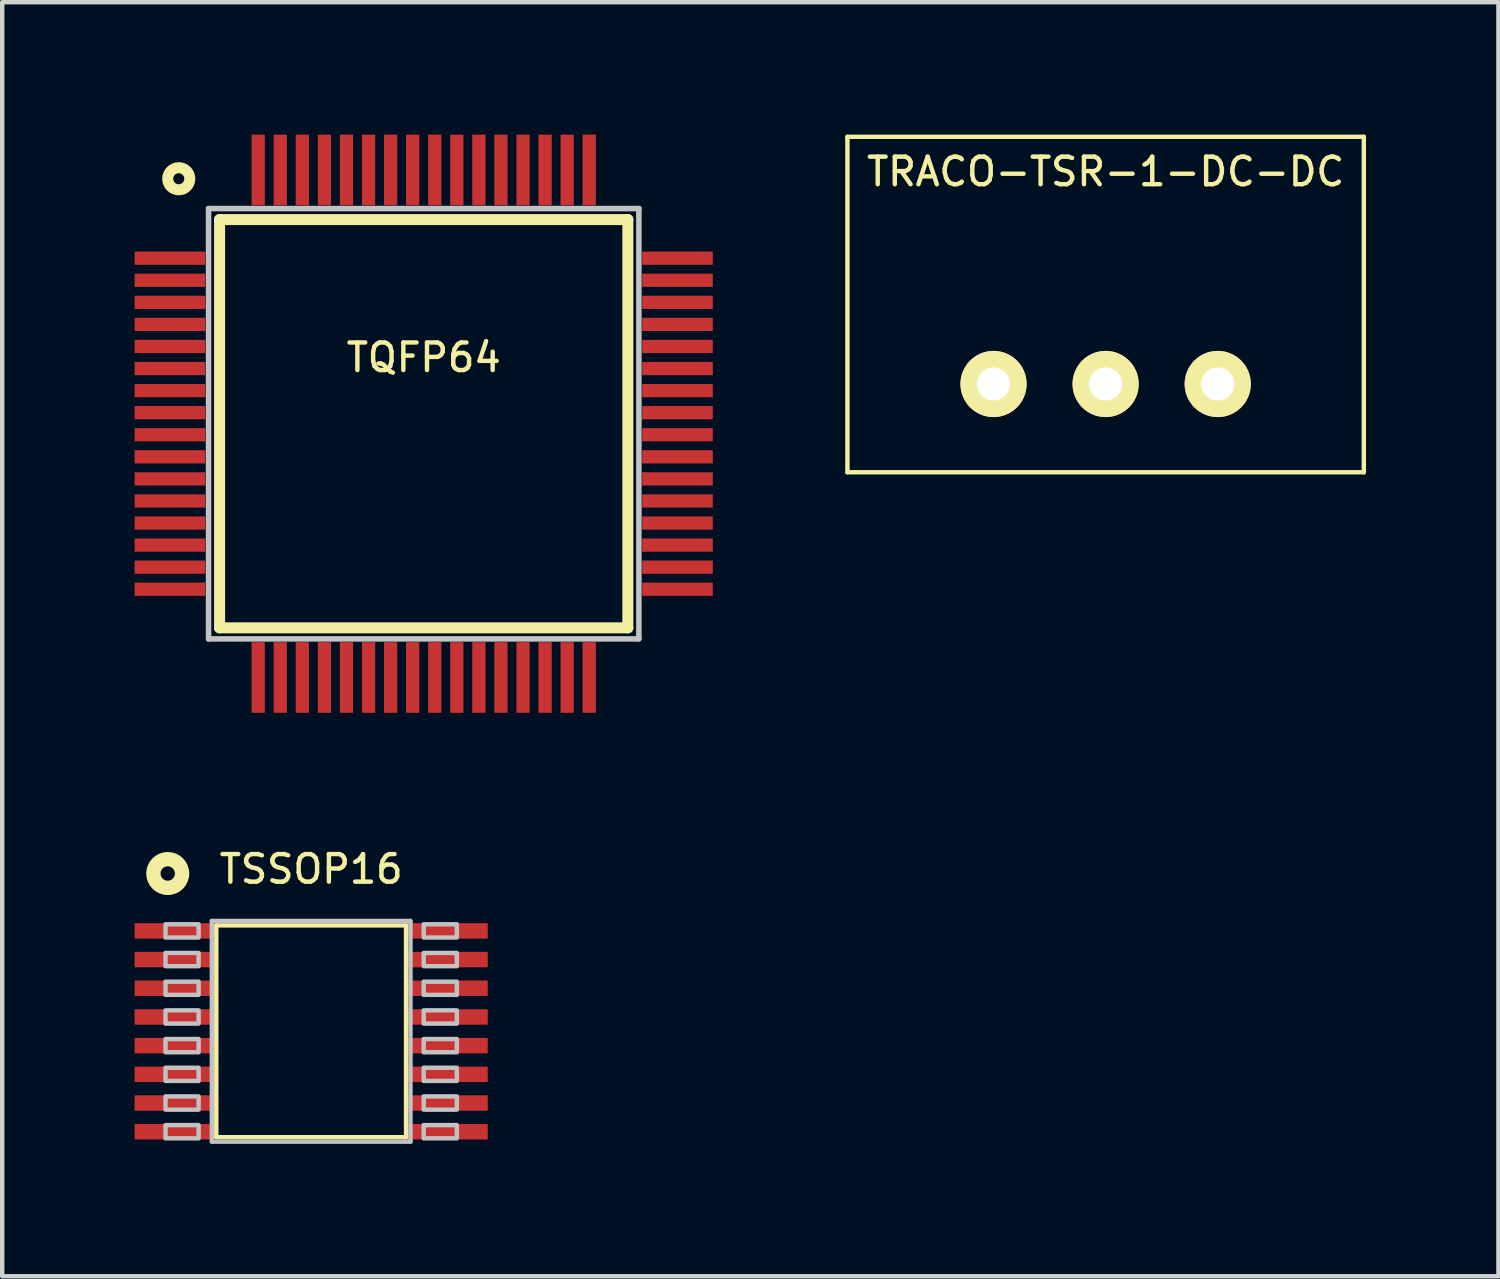
<source format=kicad_pcb>
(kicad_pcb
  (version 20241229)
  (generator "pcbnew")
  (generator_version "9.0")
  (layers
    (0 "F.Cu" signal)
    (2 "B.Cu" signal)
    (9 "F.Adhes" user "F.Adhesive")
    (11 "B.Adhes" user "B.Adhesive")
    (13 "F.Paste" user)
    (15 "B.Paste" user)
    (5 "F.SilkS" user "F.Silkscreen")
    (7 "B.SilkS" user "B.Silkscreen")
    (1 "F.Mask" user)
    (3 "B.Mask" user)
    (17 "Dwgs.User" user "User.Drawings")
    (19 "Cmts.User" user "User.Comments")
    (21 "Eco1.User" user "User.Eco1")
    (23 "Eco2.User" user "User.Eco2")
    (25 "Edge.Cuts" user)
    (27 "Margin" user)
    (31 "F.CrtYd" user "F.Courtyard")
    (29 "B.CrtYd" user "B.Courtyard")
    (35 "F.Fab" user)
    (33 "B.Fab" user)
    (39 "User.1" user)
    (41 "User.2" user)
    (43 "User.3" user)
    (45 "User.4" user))
  (footprint "TQFP64"
    (layer "F.Cu")
    (at 6.55 6.55)
    (property "Reference" "TQFP64" (at 0 -1.5 0) (layer "F.SilkS") (effects (font (size 0.625 0.625) (thickness 0.1))))
    (attr through_hole)
    (fp_line (start -4.625 -4.625) (end -4.625 4.625) (stroke (width 0.25) (type solid)) (layer "F.SilkS"))
    (fp_line (start -4.625 4.625) (end 4.625 4.625) (stroke (width 0.25) (type solid)) (layer "F.SilkS"))
    (fp_line (start 4.625 -4.625) (end -4.625 -4.625) (stroke (width 0.25) (type solid)) (layer "F.SilkS"))
    (fp_line (start 4.625 4.625) (end 4.625 -4.625) (stroke (width 0.25) (type solid)) (layer "F.SilkS"))
    (fp_circle (center -5.55 -5.55) (end -5.373 -5.373) (stroke (width 0.25) (type solid)) (fill no) (layer "F.SilkS"))
    (fp_line (start -4.875 -4.875) (end -4.875 4.875) (stroke (width 0.125) (type solid)) (layer "Dwgs.User"))
    (fp_line (start -4.875 4.875) (end 4.875 4.875) (stroke (width 0.125) (type solid)) (layer "Dwgs.User"))
    (fp_line (start 4.875 -4.875) (end -4.875 -4.875) (stroke (width 0.125) (type solid)) (layer "Dwgs.User"))
    (fp_line (start 4.875 4.875) (end 4.875 -4.875) (stroke (width 0.125) (type solid)) (layer "Dwgs.User"))
    (pad "1" smd rect (at -5.75 -3.75 180) (size 1.6 0.3) (layers "F.Cu" "F.Mask" "F.Paste"))
    (pad "2" smd rect (at -5.75 -3.25 180) (size 1.6 0.3) (layers "F.Cu" "F.Mask" "F.Paste"))
    (pad "3" smd rect (at -5.75 -2.75 180) (size 1.6 0.3) (layers "F.Cu" "F.Mask" "F.Paste"))
    (pad "4" smd rect (at -5.75 -2.25 180) (size 1.6 0.3) (layers "F.Cu" "F.Mask" "F.Paste"))
    (pad "5" smd rect (at -5.75 -1.75 180) (size 1.6 0.3) (layers "F.Cu" "F.Mask" "F.Paste"))
    (pad "6" smd rect (at -5.75 -1.25 180) (size 1.6 0.3) (layers "F.Cu" "F.Mask" "F.Paste"))
    (pad "7" smd rect (at -5.75 -0.75 180) (size 1.6 0.3) (layers "F.Cu" "F.Mask" "F.Paste"))
    (pad "8" smd rect (at -5.75 -0.25 180) (size 1.6 0.3) (layers "F.Cu" "F.Mask" "F.Paste"))
    (pad "9" smd rect (at -5.75 0.25 180) (size 1.6 0.3) (layers "F.Cu" "F.Mask" "F.Paste"))
    (pad "10" smd rect (at -5.75 0.75 180) (size 1.6 0.3) (layers "F.Cu" "F.Mask" "F.Paste"))
    (pad "11" smd rect (at -5.75 1.25 180) (size 1.6 0.3) (layers "F.Cu" "F.Mask" "F.Paste"))
    (pad "12" smd rect (at -5.75 1.75 180) (size 1.6 0.3) (layers "F.Cu" "F.Mask" "F.Paste"))
    (pad "13" smd rect (at -5.75 2.25 180) (size 1.6 0.3) (layers "F.Cu" "F.Mask" "F.Paste"))
    (pad "14" smd rect (at -5.75 2.75 180) (size 1.6 0.3) (layers "F.Cu" "F.Mask" "F.Paste"))
    (pad "15" smd rect (at -5.75 3.25 180) (size 1.6 0.3) (layers "F.Cu" "F.Mask" "F.Paste"))
    (pad "16" smd rect (at -5.75 3.75 180) (size 1.6 0.3) (layers "F.Cu" "F.Mask" "F.Paste"))
    (pad "17" smd rect (at -3.75 5.75 90) (size 1.6 0.3) (layers "F.Cu" "F.Mask" "F.Paste"))
    (pad "18" smd rect (at -3.25 5.75 90) (size 1.6 0.3) (layers "F.Cu" "F.Mask" "F.Paste"))
    (pad "19" smd rect (at -2.75 5.75 90) (size 1.6 0.3) (layers "F.Cu" "F.Mask" "F.Paste"))
    (pad "20" smd rect (at -2.25 5.75 90) (size 1.6 0.3) (layers "F.Cu" "F.Mask" "F.Paste"))
    (pad "21" smd rect (at -1.75 5.75 90) (size 1.6 0.3) (layers "F.Cu" "F.Mask" "F.Paste"))
    (pad "22" smd rect (at -1.25 5.75 90) (size 1.6 0.3) (layers "F.Cu" "F.Mask" "F.Paste"))
    (pad "23" smd rect (at -0.75 5.75 90) (size 1.6 0.3) (layers "F.Cu" "F.Mask" "F.Paste"))
    (pad "24" smd rect (at -0.25 5.75 90) (size 1.6 0.3) (layers "F.Cu" "F.Mask" "F.Paste"))
    (pad "25" smd rect (at 0.25 5.75 90) (size 1.6 0.3) (layers "F.Cu" "F.Mask" "F.Paste"))
    (pad "26" smd rect (at 0.75 5.75 90) (size 1.6 0.3) (layers "F.Cu" "F.Mask" "F.Paste"))
    (pad "27" smd rect (at 1.25 5.75 90) (size 1.6 0.3) (layers "F.Cu" "F.Mask" "F.Paste"))
    (pad "28" smd rect (at 1.75 5.75 90) (size 1.6 0.3) (layers "F.Cu" "F.Mask" "F.Paste"))
    (pad "29" smd rect (at 2.25 5.75 90) (size 1.6 0.3) (layers "F.Cu" "F.Mask" "F.Paste"))
    (pad "30" smd rect (at 2.75 5.75 90) (size 1.6 0.3) (layers "F.Cu" "F.Mask" "F.Paste"))
    (pad "31" smd rect (at 3.25 5.75 90) (size 1.6 0.3) (layers "F.Cu" "F.Mask" "F.Paste"))
    (pad "32" smd rect (at 3.75 5.75 90) (size 1.6 0.3) (layers "F.Cu" "F.Mask" "F.Paste"))
    (pad "33" smd rect (at 5.75 3.75) (size 1.6 0.3) (layers "F.Cu" "F.Mask" "F.Paste"))
    (pad "34" smd rect (at 5.75 3.25) (size 1.6 0.3) (layers "F.Cu" "F.Mask" "F.Paste"))
    (pad "35" smd rect (at 5.75 2.75) (size 1.6 0.3) (layers "F.Cu" "F.Mask" "F.Paste"))
    (pad "36" smd rect (at 5.75 2.25) (size 1.6 0.3) (layers "F.Cu" "F.Mask" "F.Paste"))
    (pad "37" smd rect (at 5.75 1.75) (size 1.6 0.3) (layers "F.Cu" "F.Mask" "F.Paste"))
    (pad "38" smd rect (at 5.75 1.25) (size 1.6 0.3) (layers "F.Cu" "F.Mask" "F.Paste"))
    (pad "39" smd rect (at 5.75 0.75) (size 1.6 0.3) (layers "F.Cu" "F.Mask" "F.Paste"))
    (pad "40" smd rect (at 5.75 0.25) (size 1.6 0.3) (layers "F.Cu" "F.Mask" "F.Paste"))
    (pad "41" smd rect (at 5.75 -0.25) (size 1.6 0.3) (layers "F.Cu" "F.Mask" "F.Paste"))
    (pad "42" smd rect (at 5.75 -0.75) (size 1.6 0.3) (layers "F.Cu" "F.Mask" "F.Paste"))
    (pad "43" smd rect (at 5.75 -1.25) (size 1.6 0.3) (layers "F.Cu" "F.Mask" "F.Paste"))
    (pad "44" smd rect (at 5.75 -1.75) (size 1.6 0.3) (layers "F.Cu" "F.Mask" "F.Paste"))
    (pad "45" smd rect (at 5.75 -2.25) (size 1.6 0.3) (layers "F.Cu" "F.Mask" "F.Paste"))
    (pad "46" smd rect (at 5.75 -2.75) (size 1.6 0.3) (layers "F.Cu" "F.Mask" "F.Paste"))
    (pad "47" smd rect (at 5.75 -3.25) (size 1.6 0.3) (layers "F.Cu" "F.Mask" "F.Paste"))
    (pad "48" smd rect (at 5.75 -3.75) (size 1.6 0.3) (layers "F.Cu" "F.Mask" "F.Paste"))
    (pad "49" smd rect (at 3.75 -5.75 270) (size 1.6 0.3) (layers "F.Cu" "F.Mask" "F.Paste"))
    (pad "50" smd rect (at 3.25 -5.75 270) (size 1.6 0.3) (layers "F.Cu" "F.Mask" "F.Paste"))
    (pad "51" smd rect (at 2.75 -5.75 270) (size 1.6 0.3) (layers "F.Cu" "F.Mask" "F.Paste"))
    (pad "52" smd rect (at 2.25 -5.75 270) (size 1.6 0.3) (layers "F.Cu" "F.Mask" "F.Paste"))
    (pad "53" smd rect (at 1.75 -5.75 270) (size 1.6 0.3) (layers "F.Cu" "F.Mask" "F.Paste"))
    (pad "54" smd rect (at 1.25 -5.75 270) (size 1.6 0.3) (layers "F.Cu" "F.Mask" "F.Paste"))
    (pad "55" smd rect (at 0.75 -5.75 270) (size 1.6 0.3) (layers "F.Cu" "F.Mask" "F.Paste"))
    (pad "56" smd rect (at 0.25 -5.75 270) (size 1.6 0.3) (layers "F.Cu" "F.Mask" "F.Paste"))
    (pad "57" smd rect (at -0.25 -5.75 270) (size 1.6 0.3) (layers "F.Cu" "F.Mask" "F.Paste"))
    (pad "58" smd rect (at -0.75 -5.75 270) (size 1.6 0.3) (layers "F.Cu" "F.Mask" "F.Paste"))
    (pad "59" smd rect (at -1.25 -5.75 270) (size 1.6 0.3) (layers "F.Cu" "F.Mask" "F.Paste"))
    (pad "60" smd rect (at -1.75 -5.75 270) (size 1.6 0.3) (layers "F.Cu" "F.Mask" "F.Paste"))
    (pad "61" smd rect (at -2.25 -5.75 270) (size 1.6 0.3) (layers "F.Cu" "F.Mask" "F.Paste"))
    (pad "62" smd rect (at -2.75 -5.75 270) (size 1.6 0.3) (layers "F.Cu" "F.Mask" "F.Paste"))
    (pad "63" smd rect (at -3.25 -5.75 270) (size 1.6 0.3) (layers "F.Cu" "F.Mask" "F.Paste"))
    (pad "64" smd rect (at -3.75 -5.75 270) (size 1.6 0.3) (layers "F.Cu" "F.Mask" "F.Paste")))
  (footprint "TSSOP16"
    (layer "F.Cu")
    (at 4 20.316)
    (property "Reference" "TSSOP16" (at 0 -3.675 0) (layer "F.SilkS") (effects (font (size 0.625 0.625) (thickness 0.1))))
    (attr through_hole)
    (fp_line (start -2.15 -2.4) (end -2.15 2.4) (stroke (width 0.1) (type solid)) (layer "F.SilkS"))
    (fp_line (start -2.15 2.4) (end 2.15 2.4) (stroke (width 0.1) (type solid)) (layer "F.SilkS"))
    (fp_line (start 2.15 -2.4) (end -2.15 -2.4) (stroke (width 0.1) (type solid)) (layer "F.SilkS"))
    (fp_line (start 2.15 2.4) (end 2.15 -2.4) (stroke (width 0.1) (type solid)) (layer "F.SilkS"))
    (fp_circle (center -3.25 -3.575) (end -3.02 -3.345) (stroke (width 0.325) (type solid)) (fill no) (layer "F.SilkS"))
    (fp_line (start -2.25 -2.5) (end -2.25 2.5) (stroke (width 0.1) (type solid)) (layer "Dwgs.User"))
    (fp_line (start -2.25 2.5) (end 2.25 2.5) (stroke (width 0.1) (type solid)) (layer "Dwgs.User"))
    (fp_line (start 2.25 -2.5) (end -2.25 -2.5) (stroke (width 0.1) (type solid)) (layer "Dwgs.User"))
    (fp_line (start 2.25 2.5) (end 2.25 -2.5) (stroke (width 0.1) (type solid)) (layer "Dwgs.User"))
    (fp_poly (pts (xy -3.3 -2.425) (xy -3.3 -2.125) (xy -2.55 -2.125) (xy -2.55 -2.425) (xy -3.3 -2.425)) (stroke (width 0.1) (type solid)) (fill no) (layer "Dwgs.User"))
    (fp_poly (pts (xy -3.3 -1.775) (xy -3.3 -1.475) (xy -2.55 -1.475) (xy -2.55 -1.775) (xy -3.3 -1.775)) (stroke (width 0.1) (type solid)) (fill no) (layer "Dwgs.User"))
    (fp_poly (pts (xy -3.3 -1.125) (xy -3.3 -0.825) (xy -2.55 -0.825) (xy -2.55 -1.125) (xy -3.3 -1.125)) (stroke (width 0.1) (type solid)) (fill no) (layer "Dwgs.User"))
    (fp_poly (pts (xy -3.3 -0.475) (xy -3.3 -0.175) (xy -2.55 -0.175) (xy -2.55 -0.475) (xy -3.3 -0.475)) (stroke (width 0.1) (type solid)) (fill no) (layer "Dwgs.User"))
    (fp_poly (pts (xy -3.3 0.175) (xy -3.3 0.475) (xy -2.55 0.475) (xy -2.55 0.175) (xy -3.3 0.175)) (stroke (width 0.1) (type solid)) (fill no) (layer "Dwgs.User"))
    (fp_poly (pts (xy -3.3 0.825) (xy -3.3 1.125) (xy -2.55 1.125) (xy -2.55 0.825) (xy -3.3 0.825)) (stroke (width 0.1) (type solid)) (fill no) (layer "Dwgs.User"))
    (fp_poly (pts (xy -3.3 1.475) (xy -3.3 1.775) (xy -2.55 1.775) (xy -2.55 1.475) (xy -3.3 1.475)) (stroke (width 0.1) (type solid)) (fill no) (layer "Dwgs.User"))
    (fp_poly (pts (xy -3.3 2.125) (xy -3.3 2.425) (xy -2.55 2.425) (xy -2.55 2.125) (xy -3.3 2.125)) (stroke (width 0.1) (type solid)) (fill no) (layer "Dwgs.User"))
    (fp_poly (pts (xy 2.55 -2.425) (xy 2.55 -2.125) (xy 3.3 -2.125) (xy 3.3 -2.425) (xy 2.55 -2.425)) (stroke (width 0.1) (type solid)) (fill no) (layer "Dwgs.User"))
    (fp_poly (pts (xy 2.55 -1.775) (xy 2.55 -1.475) (xy 3.3 -1.475) (xy 3.3 -1.775) (xy 2.55 -1.775)) (stroke (width 0.1) (type solid)) (fill no) (layer "Dwgs.User"))
    (fp_poly (pts (xy 2.55 -1.125) (xy 2.55 -0.825) (xy 3.3 -0.825) (xy 3.3 -1.125) (xy 2.55 -1.125)) (stroke (width 0.1) (type solid)) (fill no) (layer "Dwgs.User"))
    (fp_poly (pts (xy 2.55 -0.475) (xy 2.55 -0.175) (xy 3.3 -0.175) (xy 3.3 -0.475) (xy 2.55 -0.475)) (stroke (width 0.1) (type solid)) (fill no) (layer "Dwgs.User"))
    (fp_poly (pts (xy 2.55 0.175) (xy 2.55 0.475) (xy 3.3 0.475) (xy 3.3 0.175) (xy 2.55 0.175)) (stroke (width 0.1) (type solid)) (fill no) (layer "Dwgs.User"))
    (fp_poly (pts (xy 2.55 0.825) (xy 2.55 1.125) (xy 3.3 1.125) (xy 3.3 0.825) (xy 2.55 0.825)) (stroke (width 0.1) (type solid)) (fill no) (layer "Dwgs.User"))
    (fp_poly (pts (xy 2.55 1.475) (xy 2.55 1.775) (xy 3.3 1.775) (xy 3.3 1.475) (xy 2.55 1.475)) (stroke (width 0.1) (type solid)) (fill no) (layer "Dwgs.User"))
    (fp_poly (pts (xy 2.55 2.125) (xy 2.55 2.425) (xy 3.3 2.425) (xy 3.3 2.125) (xy 2.55 2.125)) (stroke (width 0.1) (type solid)) (fill no) (layer "Dwgs.User"))
    (pad "1" smd rect (at -3.1 -2.275 180) (size 1.8 0.35) (layers "F.Cu" "F.Mask" "F.Paste"))
    (pad "2" smd rect (at -3.1 -1.625 180) (size 1.8 0.35) (layers "F.Cu" "F.Mask" "F.Paste"))
    (pad "3" smd rect (at -3.1 -0.975 180) (size 1.8 0.35) (layers "F.Cu" "F.Mask" "F.Paste"))
    (pad "4" smd rect (at -3.1 -0.325 180) (size 1.8 0.35) (layers "F.Cu" "F.Mask" "F.Paste"))
    (pad "5" smd rect (at -3.1 0.325 180) (size 1.8 0.35) (layers "F.Cu" "F.Mask" "F.Paste"))
    (pad "6" smd rect (at -3.1 0.975 180) (size 1.8 0.35) (layers "F.Cu" "F.Mask" "F.Paste"))
    (pad "7" smd rect (at -3.1 1.625 180) (size 1.8 0.35) (layers "F.Cu" "F.Mask" "F.Paste"))
    (pad "8" smd rect (at -3.1 2.275 180) (size 1.8 0.35) (layers "F.Cu" "F.Mask" "F.Paste"))
    (pad "9" smd rect (at 3.1 2.275) (size 1.8 0.35) (layers "F.Cu" "F.Mask" "F.Paste"))
    (pad "10" smd rect (at 3.1 1.625) (size 1.8 0.35) (layers "F.Cu" "F.Mask" "F.Paste"))
    (pad "11" smd rect (at 3.1 0.975) (size 1.8 0.35) (layers "F.Cu" "F.Mask" "F.Paste"))
    (pad "12" smd rect (at 3.1 0.325) (size 1.8 0.35) (layers "F.Cu" "F.Mask" "F.Paste"))
    (pad "13" smd rect (at 3.1 -0.325) (size 1.8 0.35) (layers "F.Cu" "F.Mask" "F.Paste"))
    (pad "14" smd rect (at 3.1 -0.975) (size 1.8 0.35) (layers "F.Cu" "F.Mask" "F.Paste"))
    (pad "15" smd rect (at 3.1 -1.625) (size 1.8 0.35) (layers "F.Cu" "F.Mask" "F.Paste"))
    (pad "16" smd rect (at 3.1 -2.275) (size 1.8 0.35) (layers "F.Cu" "F.Mask" "F.Paste")))
  (footprint "TRACO-TSR-1-DC-DC"
    (layer "F.Cu")
    (at 22 5.65)
    (property "Reference" "TRACO-TSR-1-DC-DC" (at 0 -4.81 0) (layer "F.SilkS") (effects (font (size 0.625 0.625) (thickness 0.1))))
    (attr through_hole)
    (fp_line (start -5.85 -5.6) (end -5.85 2) (stroke (width 0.1) (type solid)) (layer "F.SilkS"))
    (fp_line (start -5.85 2) (end 5.85 2) (stroke (width 0.1) (type solid)) (layer "F.SilkS"))
    (fp_line (start 5.85 -5.6) (end -5.85 -5.6) (stroke (width 0.1) (type solid)) (layer "F.SilkS"))
    (fp_line (start 5.85 2) (end 5.85 -5.6) (stroke (width 0.1) (type solid)) (layer "F.SilkS"))
    (pad "1" thru_hole circle (at -2.54 0) (size 1.5 1.5) (drill 0.75) (layers "*.Cu" "*.Mask" "F.SilkS"))
    (pad "2" thru_hole circle (at 0 0) (size 1.5 1.5) (drill 0.75) (layers "*.Cu" "*.Mask" "F.SilkS"))
    (pad "3" thru_hole circle (at 2.54 0) (size 1.5 1.5) (drill 0.75) (layers "*.Cu" "*.Mask" "F.SilkS")))
  (gr_rect
    (start -3 -3)
    (end 30.9 25.866)
    (stroke (width 0.1) (type default))
    (fill no)
    (layer "Edge.Cuts")))
</source>
